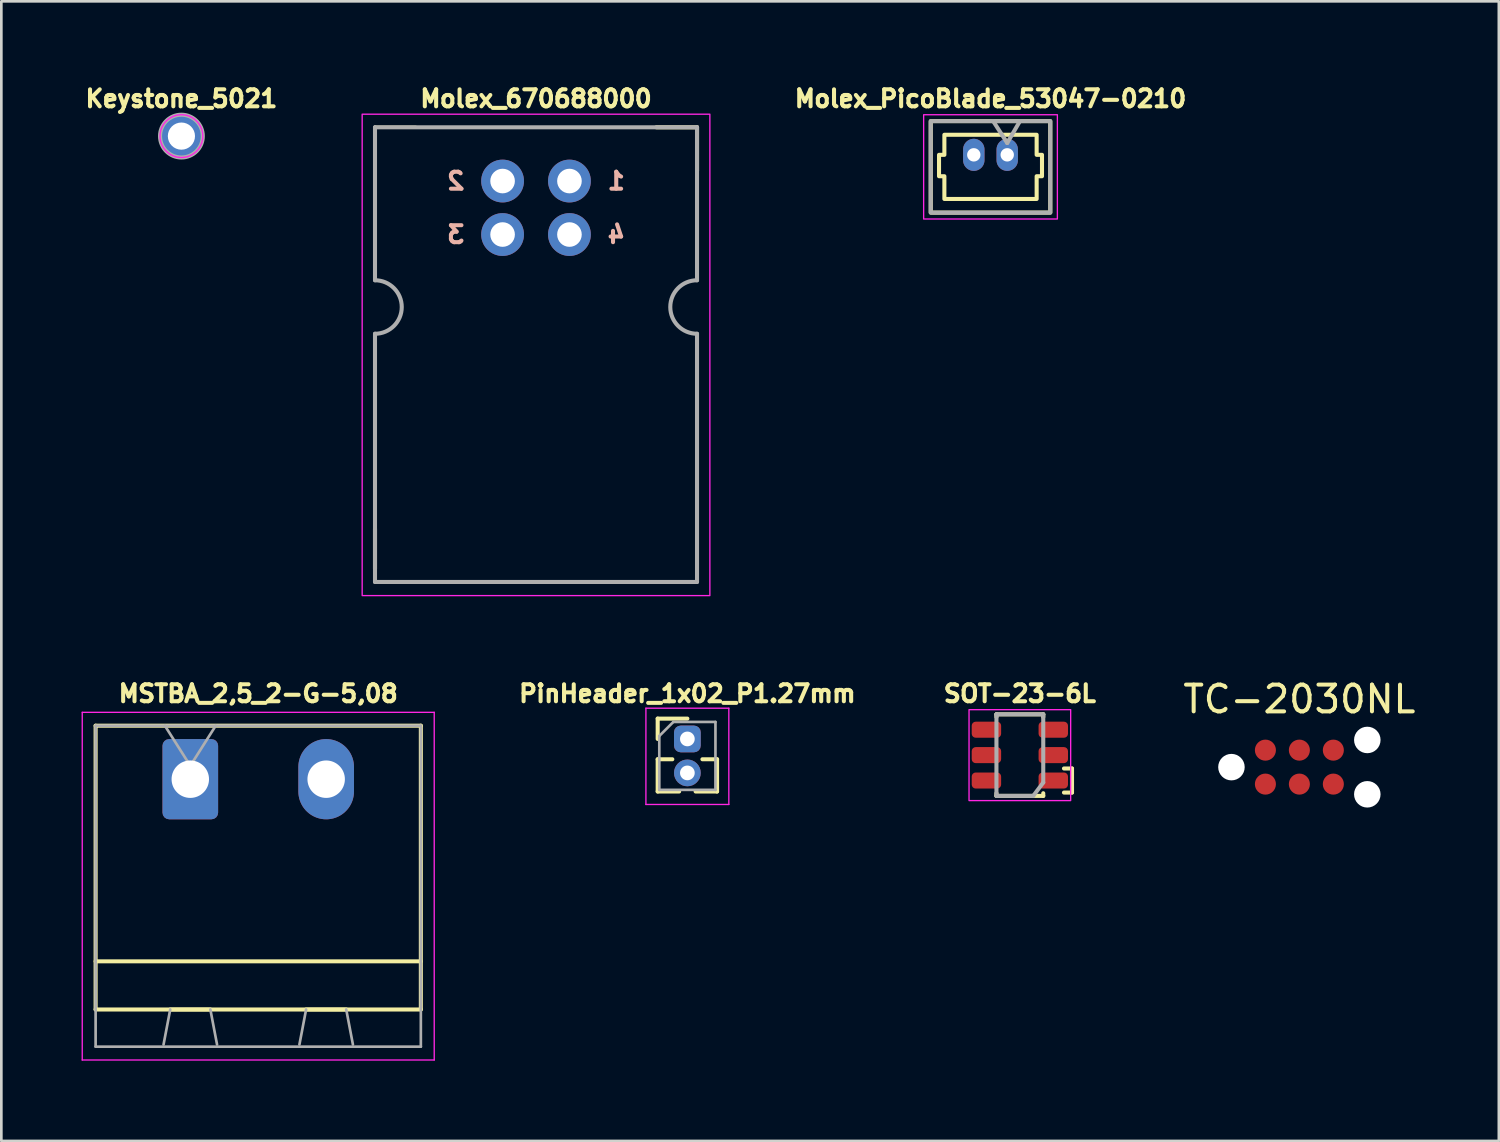
<source format=kicad_pcb>
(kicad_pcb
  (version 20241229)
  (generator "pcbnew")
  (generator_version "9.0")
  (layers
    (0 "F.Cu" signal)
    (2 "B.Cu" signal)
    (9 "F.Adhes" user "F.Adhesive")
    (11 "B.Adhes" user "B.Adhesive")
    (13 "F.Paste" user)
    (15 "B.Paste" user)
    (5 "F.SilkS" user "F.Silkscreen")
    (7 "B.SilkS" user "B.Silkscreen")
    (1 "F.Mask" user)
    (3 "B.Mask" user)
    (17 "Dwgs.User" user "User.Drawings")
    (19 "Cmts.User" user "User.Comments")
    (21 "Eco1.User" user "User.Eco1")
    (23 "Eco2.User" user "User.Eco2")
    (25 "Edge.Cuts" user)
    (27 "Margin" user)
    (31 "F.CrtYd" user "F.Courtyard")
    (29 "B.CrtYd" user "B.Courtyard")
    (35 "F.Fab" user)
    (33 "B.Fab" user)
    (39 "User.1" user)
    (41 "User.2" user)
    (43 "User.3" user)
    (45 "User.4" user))
  (footprint "SOT-23-6L"
    (layer "F.Cu")
    (at 35.081 25.183)
    (property "Reference" "SOT-23-6L" (at 0 -2.3 180) (layer "F.SilkS") (effects (font (size 0.635 0.635) (thickness 0.152) (bold yes))))
    (attr smd)
    (fp_line (start -0.875 -1.525) (end -0.875 -1.425) (stroke (width 0.152) (type default)) (layer "F.SilkS"))
    (fp_line (start -0.875 -1.525) (end 0.875 -1.525) (stroke (width 0.152) (type default)) (layer "F.SilkS"))
    (fp_line (start -0.875 1.525) (end -0.875 1.425) (stroke (width 0.152) (type default)) (layer "F.SilkS"))
    (fp_line (start -0.875 1.525) (end 0.875 1.525) (stroke (width 0.152) (type default)) (layer "F.SilkS"))
    (fp_line (start 0.875 -1.525) (end 0.875 -1.425) (stroke (width 0.152) (type default)) (layer "F.SilkS"))
    (fp_line (start 0.875 1.525) (end 0.875 1.425) (stroke (width 0.152) (type default)) (layer "F.SilkS"))
    (fp_line (start 1.65 0.5) (end 1.95 0.5) (stroke (width 0.152) (type solid)) (layer "F.SilkS"))
    (fp_line (start 1.95 0.5) (end 1.95 1.4) (stroke (width 0.152) (type solid)) (layer "F.SilkS"))
    (fp_line (start 1.95 1.4) (end 1.65 1.4) (stroke (width 0.152) (type solid)) (layer "F.SilkS"))
    (fp_rect (start -1.9 1.7) (end 1.9 -1.7) (stroke (width 0.05) (type default)) (fill no) (layer "F.CrtYd"))
    (fp_line (start -0.875 -1.525) (end 0.875 -1.525) (stroke (width 0.152) (type default)) (layer "F.Fab"))
    (fp_line (start -0.875 1.525) (end -0.875 -1.525) (stroke (width 0.152) (type default)) (layer "F.Fab"))
    (fp_line (start 0.5 1.525) (end -0.875 1.525) (stroke (width 0.152) (type default)) (layer "F.Fab"))
    (fp_line (start 0.5 1.525) (end 0.875 1.025) (stroke (width 0.152) (type default)) (layer "F.Fab"))
    (fp_line (start 0.875 -1.525) (end 0.875 1.025) (stroke (width 0.152) (type default)) (layer "F.Fab"))
    (pad "1" smd roundrect (at 1.25 0.95 90) (size 0.6 1.1) (layers "F.Cu" "F.Mask" "F.Paste") (roundrect_rratio 0.25))
    (pad "2" smd roundrect (at 1.25 0 90) (size 0.6 1.1) (layers "F.Cu" "F.Mask" "F.Paste") (roundrect_rratio 0.25))
    (pad "3" smd roundrect (at 1.25 -0.95 90) (size 0.6 1.1) (layers "F.Cu" "F.Mask" "F.Paste") (roundrect_rratio 0.25))
    (pad "4" smd roundrect (at -1.25 -0.95 90) (size 0.6 1.1) (layers "F.Cu" "F.Mask" "F.Paste") (roundrect_rratio 0.25))
    (pad "5" smd roundrect (at -1.25 0 90) (size 0.6 1.1) (layers "F.Cu" "F.Mask" "F.Paste") (roundrect_rratio 0.25))
    (pad "6" smd roundrect (at -1.25 0.95 90) (size 0.6 1.1) (layers "F.Cu" "F.Mask" "F.Paste") (roundrect_rratio 0.25)))
  (footprint "Molex_PicoBlade_53047-0210"
    (layer "F.Cu")
    (at 33.984 2.739)
    (property "Reference" "Molex_PicoBlade_53047-0210" (at 0 -2.1 0) (layer "F.SilkS") (effects (font (size 0.635 0.635) (thickness 0.152))))
    (attr through_hole)
    (fp_rect (start 2.235 2.16) (end -2.235 -1.26) (stroke (width 0.152) (type solid)) (fill no) (layer "F.SilkS"))
    (fp_poly (pts (xy 1.725 1.65) (xy -1.725 1.65) (xy -1.725 0.8) (xy -1.925 0.8) (xy -1.925 0) (xy -1.725 0) (xy -1.725 -0.75) (xy 1.725 -0.75) (xy 1.725 0) (xy 1.925 0) (xy 1.925 0.8) (xy 1.725 0.8)) (stroke (width 0.152) (type solid)) (fill no) (layer "F.SilkS"))
    (fp_rect (start 2.5 2.4) (end -2.5 -1.5) (stroke (width 0.05) (type solid)) (fill no) (layer "F.CrtYd"))
    (fp_line (start 0.625 -0.443) (end 0.1 -1.26) (stroke (width 0.152) (type solid)) (layer "F.Fab"))
    (fp_line (start 1.1 -1.26) (end 0.625 -0.443) (stroke (width 0.152) (type solid)) (layer "F.Fab"))
    (fp_rect (start 2.235 2.16) (end -2.235 -1.26) (stroke (width 0.152) (type solid)) (fill no) (layer "F.Fab"))
    (pad "1" thru_hole oval (at 0.625 0 180) (size 0.8 1.2) (drill 0.5) (layers "*.Cu" "*.Mask"))
    (pad "2" thru_hole oval (at -0.625 0 180) (size 0.8 1.2) (drill 0.5) (layers "*.Cu" "*.Mask")))
  (footprint "PinHeader_1x02_P1.27mm"
    (layer "F.Cu")
    (at 22.65 24.578)
    (property "Reference" "PinHeader_1x02_P1.27mm" (at 0 -1.695 0) (layer "F.SilkS") (effects (font (size 0.635 0.635) (thickness 0.152))))
    (attr through_hole)
    (fp_line (start -1.11 -0.76) (end 0 -0.76) (stroke (width 0.152) (type solid)) (layer "F.SilkS"))
    (fp_line (start -1.11 0) (end -1.11 -0.76) (stroke (width 0.152) (type solid)) (layer "F.SilkS"))
    (fp_line (start -1.11 0.76) (end -1.11 1.965) (stroke (width 0.152) (type solid)) (layer "F.SilkS"))
    (fp_line (start -1.11 0.76) (end -0.563 0.76) (stroke (width 0.152) (type solid)) (layer "F.SilkS"))
    (fp_line (start -1.11 1.965) (end -0.308 1.965) (stroke (width 0.152) (type solid)) (layer "F.SilkS"))
    (fp_line (start 0.308 1.965) (end 1.11 1.965) (stroke (width 0.152) (type solid)) (layer "F.SilkS"))
    (fp_line (start 0.563 0.76) (end 1.11 0.76) (stroke (width 0.152) (type solid)) (layer "F.SilkS"))
    (fp_line (start 1.11 0.76) (end 1.11 1.965) (stroke (width 0.152) (type solid)) (layer "F.SilkS"))
    (fp_line (start -1.55 -1.15) (end -1.55 2.45) (stroke (width 0.05) (type solid)) (layer "F.CrtYd"))
    (fp_line (start -1.55 2.45) (end 1.55 2.45) (stroke (width 0.05) (type solid)) (layer "F.CrtYd"))
    (fp_line (start 1.55 -1.15) (end -1.55 -1.15) (stroke (width 0.05) (type solid)) (layer "F.CrtYd"))
    (fp_line (start 1.55 2.45) (end 1.55 -1.15) (stroke (width 0.05) (type solid)) (layer "F.CrtYd"))
    (fp_line (start -1.05 -0.11) (end -0.525 -0.635) (stroke (width 0.1) (type solid)) (layer "F.Fab"))
    (fp_line (start -1.05 1.905) (end -1.05 -0.11) (stroke (width 0.1) (type solid)) (layer "F.Fab"))
    (fp_line (start -0.525 -0.635) (end 1.05 -0.635) (stroke (width 0.1) (type solid)) (layer "F.Fab"))
    (fp_line (start 1.05 -0.635) (end 1.05 1.905) (stroke (width 0.1) (type solid)) (layer "F.Fab"))
    (fp_line (start 1.05 1.905) (end -1.05 1.905) (stroke (width 0.1) (type solid)) (layer "F.Fab"))
    (pad "1" thru_hole roundrect (at 0 0) (size 1 1) (drill 0.55) (layers "*.Cu" "*.Mask") (roundrect_rratio 0.25))
    (pad "2" thru_hole oval (at 0 1.27) (size 1 1) (drill 0.55) (layers "*.Cu" "*.Mask")))
  (footprint "MSTBA_2,5_2-G-5,08"
    (layer "F.Cu")
    (at 6.605 26.083)
    (property "Reference" "MSTBA_2,5_2-G-5,08" (at 0 -3.2 0) (layer "F.SilkS") (effects (font (size 0.635 0.635) (thickness 0.152) (bold yes))))
    (attr through_hole)
    (fp_line (start -6.08 -2) (end -6.08 8.61) (stroke (width 0.152) (type solid)) (layer "F.SilkS"))
    (fp_line (start -6.08 6.81) (end 6.08 6.81) (stroke (width 0.152) (type solid)) (layer "F.SilkS"))
    (fp_line (start -1.79 8.61) (end -3.29 8.61) (stroke (width 0.152) (type solid)) (layer "F.SilkS"))
    (fp_line (start 3.29 8.61) (end 1.79 8.61) (stroke (width 0.152) (type solid)) (layer "F.SilkS"))
    (fp_line (start 6.08 -2) (end -6.08 -2) (stroke (width 0.152) (type solid)) (layer "F.SilkS"))
    (fp_line (start 6.08 8.61) (end -6.08 8.61) (stroke (width 0.152) (type solid)) (layer "F.SilkS"))
    (fp_line (start 6.08 8.61) (end 6.08 -2) (stroke (width 0.152) (type solid)) (layer "F.SilkS"))
    (fp_line (start -6.58 -2.5) (end -6.58 10.5) (stroke (width 0.05) (type solid)) (layer "F.CrtYd"))
    (fp_line (start -6.58 10.5) (end 6.58 10.5) (stroke (width 0.05) (type solid)) (layer "F.CrtYd"))
    (fp_line (start 6.58 -2.5) (end -6.58 -2.5) (stroke (width 0.05) (type solid)) (layer "F.CrtYd"))
    (fp_line (start 6.58 10.5) (end 6.58 -2.5) (stroke (width 0.05) (type solid)) (layer "F.CrtYd"))
    (fp_line (start -6.08 -2) (end -6.08 10) (stroke (width 0.1) (type solid)) (layer "F.Fab"))
    (fp_line (start -6.08 10) (end 6.08 10) (stroke (width 0.1) (type solid)) (layer "F.Fab"))
    (fp_line (start -3.29 8.61) (end -3.54 9.92) (stroke (width 0.1) (type solid)) (layer "F.Fab"))
    (fp_line (start -2.54 -0.5) (end -3.49 -2) (stroke (width 0.1) (type solid)) (layer "F.Fab"))
    (fp_line (start -1.59 -2) (end -2.54 -0.5) (stroke (width 0.1) (type solid)) (layer "F.Fab"))
    (fp_line (start -1.54 9.92) (end -1.79 8.61) (stroke (width 0.1) (type solid)) (layer "F.Fab"))
    (fp_line (start 1.79 8.61) (end 1.54 9.92) (stroke (width 0.1) (type solid)) (layer "F.Fab"))
    (fp_line (start 3.54 9.92) (end 3.29 8.61) (stroke (width 0.1) (type solid)) (layer "F.Fab"))
    (fp_line (start 6.08 -2) (end -6.08 -2) (stroke (width 0.1) (type solid)) (layer "F.Fab"))
    (fp_line (start 6.08 10) (end 6.08 -2) (stroke (width 0.1) (type solid)) (layer "F.Fab"))
    (pad "1" thru_hole roundrect (at -2.54 0) (size 2.08 3) (drill 1.4) (layers "*.Cu" "*.Mask") (roundrect_rratio 0.12))
    (pad "2" thru_hole oval (at 2.54 0) (size 2.08 3) (drill 1.4) (layers "*.Cu" "*.Mask")))
  (footprint "Molex_670688000"
    (layer "F.Cu")
    (at 16.991 5.719)
    (property "Reference" "Molex_670688000" (at 0 -5.08 0) (layer "F.SilkS") (effects (font (size 0.635 0.635) (thickness 0.152))))
    (attr through_hole)
    (fp_line (start -6.02 -4.01) (end -6.02 -2.38) (stroke (width 0.125) (type solid)) (layer "F.SilkS"))
    (fp_line (start -6.02 -4.01) (end -4.5 -4.01) (stroke (width 0.125) (type solid)) (layer "F.SilkS"))
    (fp_line (start -6.02 11) (end -6.02 12.5) (stroke (width 0.152) (type solid)) (layer "F.SilkS"))
    (fp_line (start 4.5 -4.01) (end 6.02 -4.01) (stroke (width 0.152) (type solid)) (layer "F.SilkS"))
    (fp_line (start 6.02 -4.01) (end 6.02 -2.38) (stroke (width 0.152) (type solid)) (layer "F.SilkS"))
    (fp_line (start 6.02 12.5) (end 6.02 11) (stroke (width 0.125) (type solid)) (layer "F.SilkS"))
    (fp_rect (start -6.5 -4.5) (end 6.5 13.5) (stroke (width 0.05) (type solid)) (fill no) (layer "F.CrtYd"))
    (fp_line (start -6.02 -4.01) (end -6.02 1.71) (stroke (width 0.152) (type solid)) (layer "F.Fab"))
    (fp_line (start -6.02 -4.01) (end 6.02 -4.01) (stroke (width 0.152) (type solid)) (layer "F.Fab"))
    (fp_line (start -6.02 3.71) (end -6.02 12.99) (stroke (width 0.152) (type solid)) (layer "F.Fab"))
    (fp_line (start -6.02 12.99) (end 6.02 12.99) (stroke (width 0.152) (type solid)) (layer "F.Fab"))
    (fp_line (start 6.02 -4.01) (end 6.02 1.71) (stroke (width 0.152) (type solid)) (layer "F.Fab"))
    (fp_line (start 6.02 3.71) (end 6.02 12.99) (stroke (width 0.152) (type solid)) (layer "F.Fab"))
    (fp_arc (start -6.02 1.71) (mid -5.02 2.71) (end -6.02 3.71) (stroke (width 0.1524) (type solid)) (layer "F.Fab"))
    (fp_arc (start 6.02 3.71) (mid 5.02 2.71) (end 6.02 1.71) (stroke (width 0.1524) (type solid)) (layer "F.Fab"))
    (fp_text user "2" (at -3 -2 0) (unlocked yes) (layer "B.SilkS") (effects (font (size 0.635 0.635) (thickness 0.152)) (justify mirror)))
    (fp_text user "3" (at -3 0 0) (unlocked yes) (layer "B.SilkS") (effects (font (size 0.635 0.635) (thickness 0.152)) (justify mirror)))
    (fp_text user "1" (at 3 -2 0) (unlocked yes) (layer "B.SilkS") (effects (font (size 0.635 0.635) (thickness 0.152)) (justify mirror)))
    (fp_text user "4" (at 3 0 0) (unlocked yes) (layer "B.SilkS") (effects (font (size 0.635 0.635) (thickness 0.152)) (justify mirror)))
    (pad "1" thru_hole circle (at 1.25 -2) (size 1.6 1.6) (drill 0.92) (layers "*.Cu" "*.Mask"))
    (pad "2" thru_hole circle (at -1.25 -2) (size 1.6 1.6) (drill 0.92) (layers "*.Cu" "*.Mask"))
    (pad "3" thru_hole circle (at -1.25 0) (size 1.6 1.6) (drill 0.92) (layers "*.Cu" "*.Mask"))
    (pad "4" thru_hole circle (at 1.25 0) (size 1.6 1.6) (drill 0.92) (layers "*.Cu" "*.Mask")))
  (footprint "TC-2030NL"
    (layer "F.Cu")
    (at 42.992 25.632)
    (property "Reference" "TC-2030NL" (at 2.54 -2.54 0) (unlocked yes) (layer "F.SilkS") (effects (font (size 1 1) (thickness 0.15))))
    (pad "" np_thru_hole circle (at 0 0) (size 0.991 0.991) (drill 0.991) (layers "*.Cu" "*.Mask"))
    (pad "" np_thru_hole circle (at 5.08 -1.016) (size 0.991 0.991) (drill 0.991) (layers "*.Cu" "*.Mask"))
    (pad "" np_thru_hole circle (at 5.08 1.016) (size 0.991 0.991) (drill 0.991) (layers "*.Cu" "*.Mask"))
    (pad "1" smd circle (at 1.27 0.635) (size 0.787 0.787) (layers "F.Cu" "F.Mask" "F.Paste"))
    (pad "2" smd circle (at 1.27 -0.635) (size 0.787 0.787) (layers "F.Cu" "F.Mask" "F.Paste"))
    (pad "3" smd circle (at 2.54 0.635) (size 0.787 0.787) (layers "F.Cu" "F.Mask" "F.Paste"))
    (pad "4" smd circle (at 2.54 -0.635) (size 0.787 0.787) (layers "F.Cu" "F.Mask" "F.Paste"))
    (pad "5" smd circle (at 3.81 0.635) (size 0.787 0.787) (layers "F.Cu" "F.Mask" "F.Paste"))
    (pad "6" smd circle (at 3.81 -0.635) (size 0.787 0.787) (layers "F.Cu" "F.Mask" "F.Paste"))
    (zone (net_name "") (layer "F.SilkS") (hatch edge 0.508) (connect_pads) (min_thickness 0.254) (filled_areas_thickness no) (keepout (tracks not_allowed) (vias not_allowed) (pads not_allowed) (copperpour not_allowed) (footprints not_allowed)) (placement (enabled no)) (fill) (polygon (pts (xy 46.802 26.267) (xy 44.262 26.267) (xy 44.262 24.997) (xy 46.802 24.997)))))
  (footprint "Keystone_5021"
    (layer "F.Cu")
    (at 3.733 2.039)
    (property "Reference" "Keystone_5021" (at 0 -1.4 0) (layer "F.SilkS") (effects (font (size 0.635 0.635) (thickness 0.152))))
    (attr through_hole)
    (fp_circle (center 0 0) (end 0.8 0) (stroke (width 0.05) (type solid)) (fill no) (layer "F.CrtYd"))
    (fp_circle (center 0 0) (end 0.8 0) (stroke (width 0.152) (type solid)) (fill no) (layer "F.Fab"))
    (pad "1" thru_hole circle (at 0 0) (size 1.524 1.524) (drill 1.016) (layers "*.Cu" "*.Mask")))
  (gr_rect
    (start -3 -3)
    (end 52.99 39.608)
    (stroke (width 0.1) (type default))
    (fill no)
    (layer "Edge.Cuts")))
</source>
